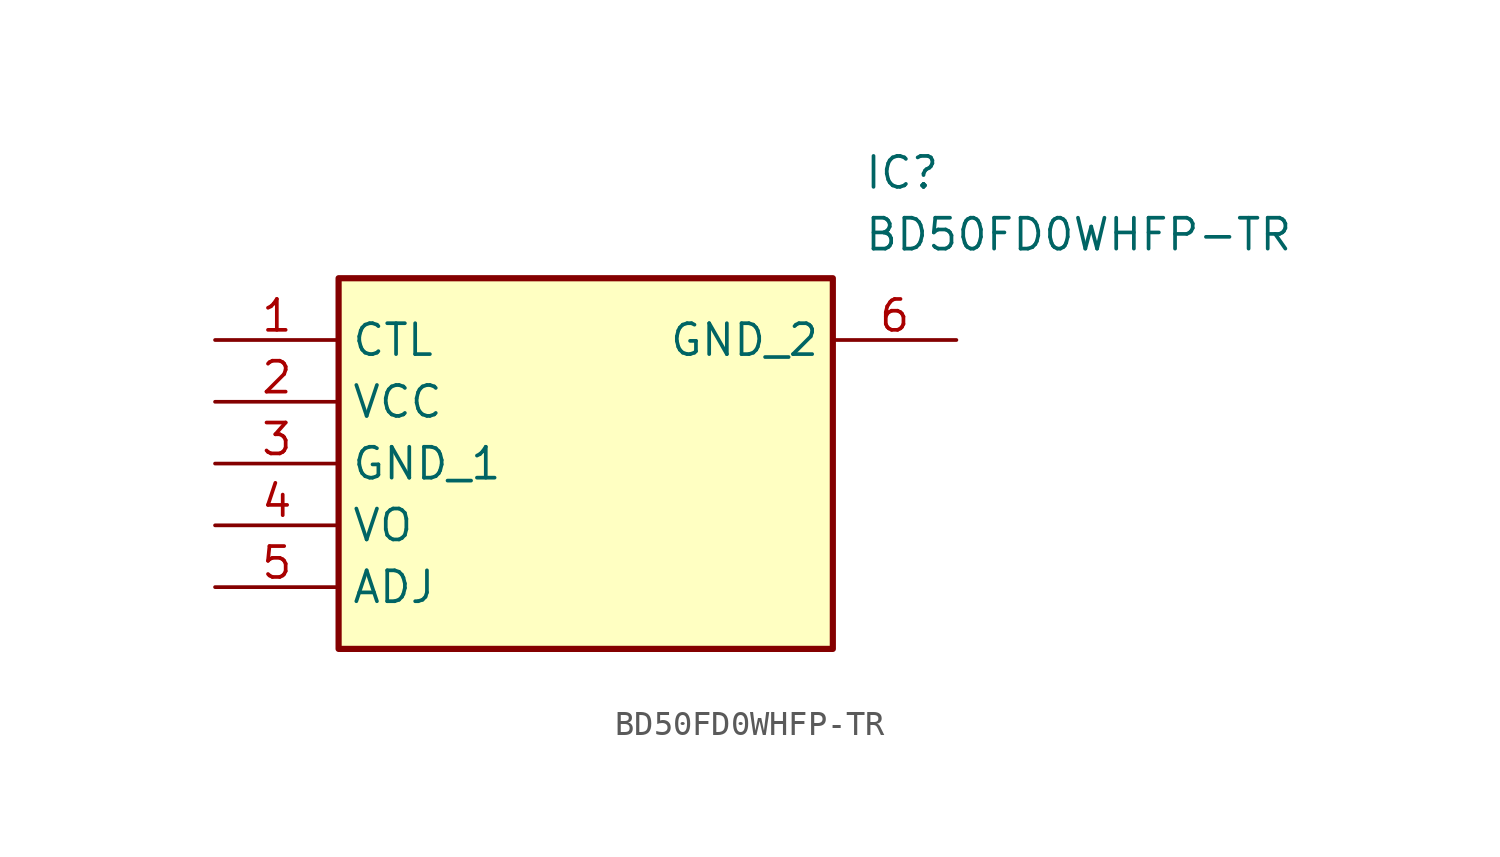
<source format=kicad_sym>
(kicad_symbol_lib
  (version 20211014)
  (generator SamacSys_ECAD_Model)
  (symbol "BD50FD0WHFP-TR"
    (property "Reference" "IC"
      (at 26.67 7.62 0)
      (effects (font (size 1.27 1.27)) (justify left top)))
    (property "Value" "BD50FD0WHFP-TR"
      (at 26.67 5.08 0)
      (effects (font (size 1.27 1.27)) (justify left top)))
    (rectangle
      (start 5.08 2.54)
      (end 25.4 -12.7)
      (stroke (width 0.254) (type default))
      (fill (type background)))
    (pin passive line
      (at 0 0 0)
      (length 5.08)
      (name "CTL" (effects (font (size 1.27 1.27))))
      (number "1" (effects (font (size 1.27 1.27)))))
    (pin passive line
      (at 0 -2.54 0)
      (length 5.08)
      (name "VCC" (effects (font (size 1.27 1.27))))
      (number "2" (effects (font (size 1.27 1.27)))))
    (pin passive line
      (at 0 -5.08 0)
      (length 5.08)
      (name "GND_1" (effects (font (size 1.27 1.27))))
      (number "3" (effects (font (size 1.27 1.27)))))
    (pin passive line
      (at 0 -7.62 0)
      (length 5.08)
      (name "VO" (effects (font (size 1.27 1.27))))
      (number "4" (effects (font (size 1.27 1.27)))))
    (pin passive line
      (at 0 -10.16 0)
      (length 5.08)
      (name "ADJ" (effects (font (size 1.27 1.27))))
      (number "5" (effects (font (size 1.27 1.27)))))
    (pin passive line
      (at 30.48 0 180)
      (length 5.08)
      (name "GND_2" (effects (font (size 1.27 1.27))))
      (number "6" (effects (font (size 1.27 1.27)))))))
</source>
